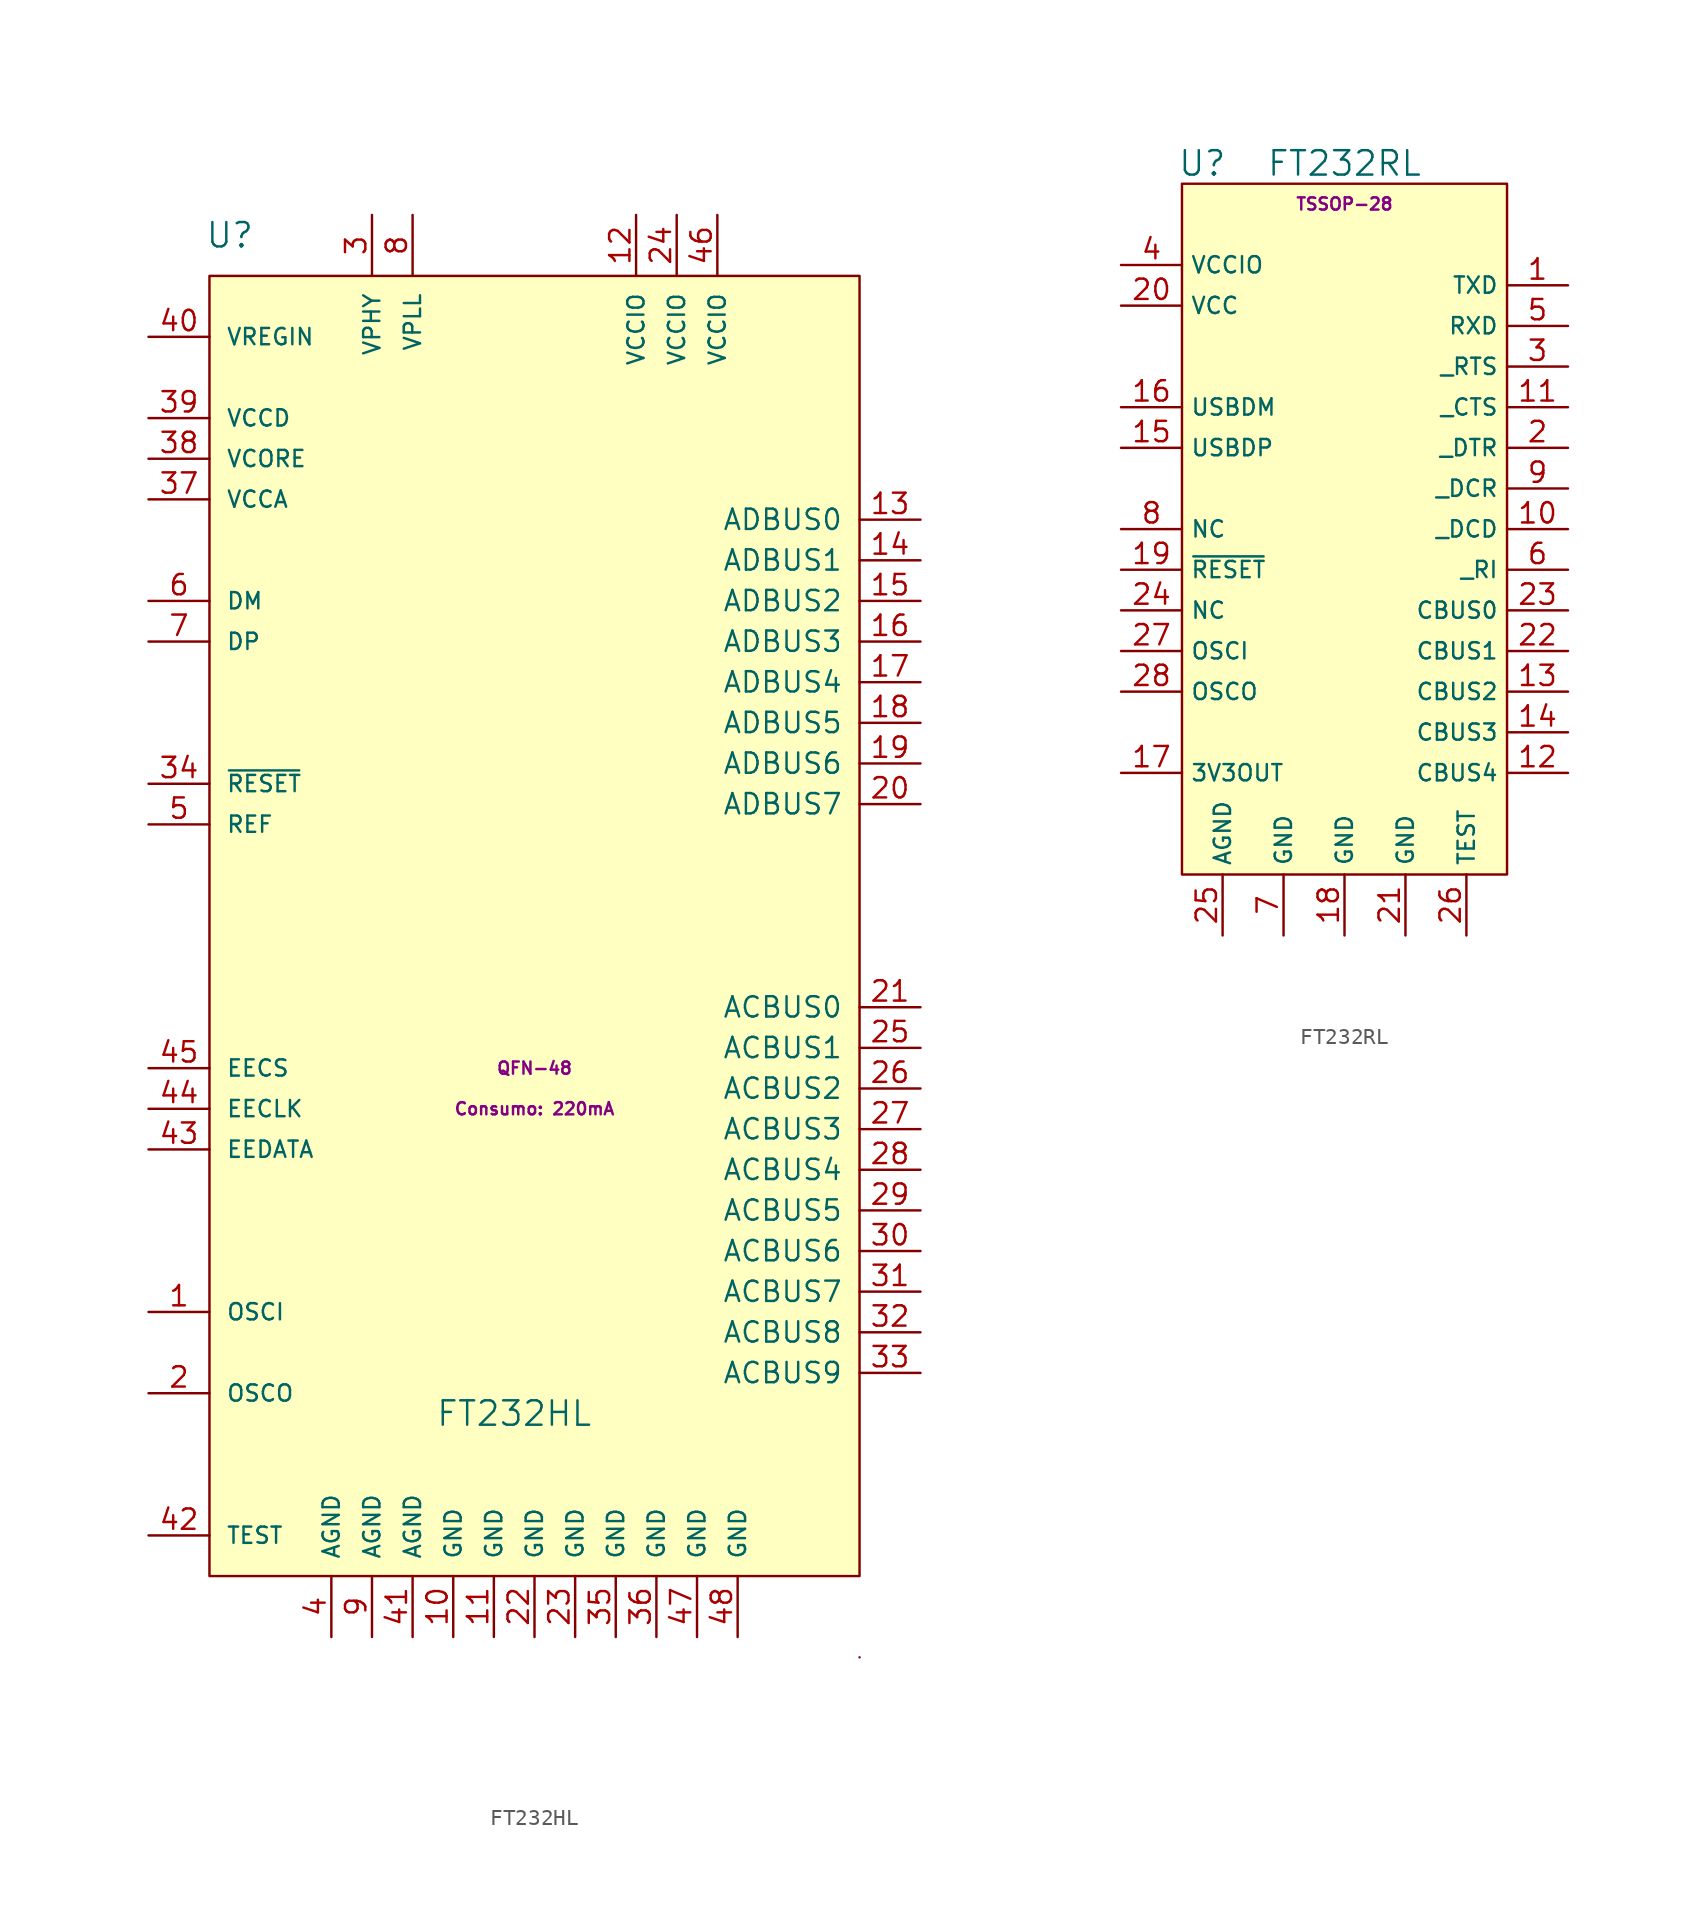
<source format=kicad_sym>
(kicad_symbol_lib
  (version 20220914)
  (generator kicad_symbol_editor)
  (symbol "FT232HL"
    (pin_names
      (offset 1.016))
    (property "Reference" "U"
      (at -19.05 43.18 0)
      (effects (font (size 1.524 1.524))))
    (property "Value" "FT232HL"
      (at -1.27 -30.48 0)
      (effects (font (size 1.524 1.524))))
    (property "Footprint" "QFN-48"
      (at 0 -8.89 0)
      (effects (font (size 0.762 0.762))))
    (property "Datasheet" ""
      (at 0 0 0)
      (effects (font (size 1.524 1.524))))
    (property "Field4" "Consumo: 220mA"
      (at 0 -11.43 0)
      (effects (font (size 0.762 0.762))))
    (symbol "FT232HL_0_1"
      (rectangle (start -20.32 40.64) (end 20.32 -40.64) (stroke (width 0) (type default)) (fill (type background)))
      (rectangle (start 20.32 -45.72) (end 20.32 -45.72) (stroke (width 0) (type default)) (fill (type none))))
    (symbol "FT232HL_1_1"
      (pin input line (at -24.13 -24.13 0) (length 3.81) (name "OSCI" (effects (font (size 1.016 1.016)))) (number "1" (effects (font (size 1.27 1.27)))))
      (pin input line (at -5.08 -44.45 90) (length 3.81) (name "GND" (effects (font (size 1.016 1.016)))) (number "10" (effects (font (size 1.27 1.27)))))
      (pin input line (at -2.54 -44.45 90) (length 3.81) (name "GND" (effects (font (size 1.016 1.016)))) (number "11" (effects (font (size 1.27 1.27)))))
      (pin input line (at 6.35 44.45 270) (length 3.81) (name "VCCIO" (effects (font (size 1.016 1.016)))) (number "12" (effects (font (size 1.27 1.27)))))
      (pin input line (at 24.13 25.4 180) (length 3.81) (name "ADBUS0" (effects (font (size 1.27 1.27)))) (number "13" (effects (font (size 1.27 1.27)))))
      (pin input line (at 24.13 22.86 180) (length 3.81) (name "ADBUS1" (effects (font (size 1.27 1.27)))) (number "14" (effects (font (size 1.27 1.27)))))
      (pin input line (at 24.13 20.32 180) (length 3.81) (name "ADBUS2" (effects (font (size 1.27 1.27)))) (number "15" (effects (font (size 1.27 1.27)))))
      (pin input line (at 24.13 17.78 180) (length 3.81) (name "ADBUS3" (effects (font (size 1.27 1.27)))) (number "16" (effects (font (size 1.27 1.27)))))
      (pin input line (at 24.13 15.24 180) (length 3.81) (name "ADBUS4" (effects (font (size 1.27 1.27)))) (number "17" (effects (font (size 1.27 1.27)))))
      (pin input line (at 24.13 12.7 180) (length 3.81) (name "ADBUS5" (effects (font (size 1.27 1.27)))) (number "18" (effects (font (size 1.27 1.27)))))
      (pin input line (at 24.13 10.16 180) (length 3.81) (name "ADBUS6" (effects (font (size 1.27 1.27)))) (number "19" (effects (font (size 1.27 1.27)))))
      (pin input line (at -24.13 -29.21 0) (length 3.81) (name "OSCO" (effects (font (size 1.016 1.016)))) (number "2" (effects (font (size 1.27 1.27)))))
      (pin input line (at 24.13 7.62 180) (length 3.81) (name "ADBUS7" (effects (font (size 1.27 1.27)))) (number "20" (effects (font (size 1.27 1.27)))))
      (pin input line (at 24.13 -5.08 180) (length 3.81) (name "ACBUS0" (effects (font (size 1.27 1.27)))) (number "21" (effects (font (size 1.27 1.27)))))
      (pin input line (at 0 -44.45 90) (length 3.81) (name "GND" (effects (font (size 1.016 1.016)))) (number "22" (effects (font (size 1.27 1.27)))))
      (pin input line (at 2.54 -44.45 90) (length 3.81) (name "GND" (effects (font (size 1.016 1.016)))) (number "23" (effects (font (size 1.27 1.27)))))
      (pin input line (at 8.89 44.45 270) (length 3.81) (name "VCCIO" (effects (font (size 1.016 1.016)))) (number "24" (effects (font (size 1.27 1.27)))))
      (pin input line (at 24.13 -7.62 180) (length 3.81) (name "ACBUS1" (effects (font (size 1.27 1.27)))) (number "25" (effects (font (size 1.27 1.27)))))
      (pin input line (at 24.13 -10.16 180) (length 3.81) (name "ACBUS2" (effects (font (size 1.27 1.27)))) (number "26" (effects (font (size 1.27 1.27)))))
      (pin input line (at 24.13 -12.7 180) (length 3.81) (name "ACBUS3" (effects (font (size 1.27 1.27)))) (number "27" (effects (font (size 1.27 1.27)))))
      (pin input line (at 24.13 -15.24 180) (length 3.81) (name "ACBUS4" (effects (font (size 1.27 1.27)))) (number "28" (effects (font (size 1.27 1.27)))))
      (pin input line (at 24.13 -17.78 180) (length 3.81) (name "ACBUS5" (effects (font (size 1.27 1.27)))) (number "29" (effects (font (size 1.27 1.27)))))
      (pin input line (at -10.16 44.45 270) (length 3.81) (name "VPHY" (effects (font (size 1.016 1.016)))) (number "3" (effects (font (size 1.27 1.27)))))
      (pin input line (at 24.13 -20.32 180) (length 3.81) (name "ACBUS6" (effects (font (size 1.27 1.27)))) (number "30" (effects (font (size 1.27 1.27)))))
      (pin input line (at 24.13 -22.86 180) (length 3.81) (name "ACBUS7" (effects (font (size 1.27 1.27)))) (number "31" (effects (font (size 1.27 1.27)))))
      (pin input line (at 24.13 -25.4 180) (length 3.81) (name "ACBUS8" (effects (font (size 1.27 1.27)))) (number "32" (effects (font (size 1.27 1.27)))))
      (pin input line (at 24.13 -27.94 180) (length 3.81) (name "ACBUS9" (effects (font (size 1.27 1.27)))) (number "33" (effects (font (size 1.27 1.27)))))
      (pin input line (at -24.13 8.89 0) (length 3.81) (name "~{RESET}" (effects (font (size 1.016 1.016)))) (number "34" (effects (font (size 1.27 1.27)))))
      (pin input line (at 5.08 -44.45 90) (length 3.81) (name "GND" (effects (font (size 1.016 1.016)))) (number "35" (effects (font (size 1.27 1.27)))))
      (pin input line (at 7.62 -44.45 90) (length 3.81) (name "GND" (effects (font (size 1.016 1.016)))) (number "36" (effects (font (size 1.27 1.27)))))
      (pin input line (at -24.13 26.67 0) (length 3.81) (name "VCCA" (effects (font (size 1.016 1.016)))) (number "37" (effects (font (size 1.27 1.27)))))
      (pin input line (at -24.13 29.21 0) (length 3.81) (name "VCORE" (effects (font (size 1.016 1.016)))) (number "38" (effects (font (size 1.27 1.27)))))
      (pin input line (at -24.13 31.75 0) (length 3.81) (name "VCCD" (effects (font (size 1.016 1.016)))) (number "39" (effects (font (size 1.27 1.27)))))
      (pin input line (at -12.7 -44.45 90) (length 3.81) (name "AGND" (effects (font (size 1.016 1.016)))) (number "4" (effects (font (size 1.27 1.27)))))
      (pin input line (at -24.13 36.83 0) (length 3.81) (name "VREGIN" (effects (font (size 1.016 1.016)))) (number "40" (effects (font (size 1.27 1.27)))))
      (pin input line (at -7.62 -44.45 90) (length 3.81) (name "AGND" (effects (font (size 1.016 1.016)))) (number "41" (effects (font (size 1.27 1.27)))))
      (pin input line (at -24.13 -38.1 0) (length 3.81) (name "TEST" (effects (font (size 1.016 1.016)))) (number "42" (effects (font (size 1.27 1.27)))))
      (pin input line (at -24.13 -13.97 0) (length 3.81) (name "EEDATA" (effects (font (size 1.016 1.016)))) (number "43" (effects (font (size 1.27 1.27)))))
      (pin input line (at -24.13 -11.43 0) (length 3.81) (name "EECLK" (effects (font (size 1.016 1.016)))) (number "44" (effects (font (size 1.27 1.27)))))
      (pin input line (at -24.13 -8.89 0) (length 3.81) (name "EECS" (effects (font (size 1.016 1.016)))) (number "45" (effects (font (size 1.27 1.27)))))
      (pin input line (at 11.43 44.45 270) (length 3.81) (name "VCCIO" (effects (font (size 1.016 1.016)))) (number "46" (effects (font (size 1.27 1.27)))))
      (pin input line (at 10.16 -44.45 90) (length 3.81) (name "GND" (effects (font (size 1.016 1.016)))) (number "47" (effects (font (size 1.27 1.27)))))
      (pin input line (at 12.7 -44.45 90) (length 3.81) (name "GND" (effects (font (size 1.016 1.016)))) (number "48" (effects (font (size 1.27 1.27)))))
      (pin input line (at -24.13 6.35 0) (length 3.81) (name "REF" (effects (font (size 1.016 1.016)))) (number "5" (effects (font (size 1.27 1.27)))))
      (pin input line (at -24.13 20.32 0) (length 3.81) (name "DM" (effects (font (size 1.016 1.016)))) (number "6" (effects (font (size 1.27 1.27)))))
      (pin input line (at -24.13 17.78 0) (length 3.81) (name "DP" (effects (font (size 1.016 1.016)))) (number "7" (effects (font (size 1.27 1.27)))))
      (pin input line (at -7.62 44.45 270) (length 3.81) (name "VPLL" (effects (font (size 1.016 1.016)))) (number "8" (effects (font (size 1.27 1.27)))))
      (pin input line (at -10.16 -44.45 90) (length 3.81) (name "AGND" (effects (font (size 1.016 1.016)))) (number "9" (effects (font (size 1.27 1.27)))))))
  (symbol "FT232RL"
    (property "Reference" "U"
      (at -8.89 22.86 0)
      (effects (font (size 1.524 1.524))))
    (property "Value" "FT232RL"
      (at 0 22.86 0)
      (effects (font (size 1.524 1.524))))
    (property "Footprint" "TSSOP-28"
      (at 0 20.32 0)
      (effects (font (size 0.762 0.762))))
    (property "Datasheet" ""
      (at 0 0 0)
      (effects (font (size 1.524 1.524))))
    (symbol "FT232RL_0_1"
      (rectangle (start -10.16 21.59) (end 10.16 -21.59) (stroke (width 0) (type default)) (fill (type background))))
    (symbol "FT232RL_1_1"
      (pin output line (at 13.97 15.24 180) (length 3.81) (name "TXD" (effects (font (size 1.016 1.016)))) (number "1" (effects (font (size 1.27 1.27)))))
      (pin output line (at 13.97 0 180) (length 3.81) (name "_DCD" (effects (font (size 1.016 1.016)))) (number "10" (effects (font (size 1.27 1.27)))))
      (pin output line (at 13.97 7.62 180) (length 3.81) (name "_CTS" (effects (font (size 1.016 1.016)))) (number "11" (effects (font (size 1.27 1.27)))))
      (pin output line (at 13.97 -15.24 180) (length 3.81) (name "CBUS4" (effects (font (size 1.016 1.016)))) (number "12" (effects (font (size 1.27 1.27)))))
      (pin output line (at 13.97 -10.16 180) (length 3.81) (name "CBUS2" (effects (font (size 1.016 1.016)))) (number "13" (effects (font (size 1.27 1.27)))))
      (pin output line (at 13.97 -12.7 180) (length 3.81) (name "CBUS3" (effects (font (size 1.016 1.016)))) (number "14" (effects (font (size 1.27 1.27)))))
      (pin input line (at -13.97 5.08 0) (length 3.81) (name "USBDP" (effects (font (size 1.016 1.016)))) (number "15" (effects (font (size 1.27 1.27)))))
      (pin input line (at -13.97 7.62 0) (length 3.81) (name "USBDM" (effects (font (size 1.016 1.016)))) (number "16" (effects (font (size 1.27 1.27)))))
      (pin input line (at -13.97 -15.24 0) (length 3.81) (name "3V3OUT" (effects (font (size 1.016 1.016)))) (number "17" (effects (font (size 1.27 1.27)))))
      (pin power_in line (at 0 -25.4 90) (length 3.81) (name "GND" (effects (font (size 1.016 1.016)))) (number "18" (effects (font (size 1.27 1.27)))))
      (pin input line (at -13.97 -2.54 0) (length 3.81) (name "~{RESET}" (effects (font (size 1.016 1.016)))) (number "19" (effects (font (size 1.27 1.27)))))
      (pin output line (at 13.97 5.08 180) (length 3.81) (name "_DTR" (effects (font (size 1.016 1.016)))) (number "2" (effects (font (size 1.27 1.27)))))
      (pin power_in line (at -13.97 13.97 0) (length 3.81) (name "VCC" (effects (font (size 1.016 1.016)))) (number "20" (effects (font (size 1.27 1.27)))))
      (pin power_in line (at 3.81 -25.4 90) (length 3.81) (name "GND" (effects (font (size 1.016 1.016)))) (number "21" (effects (font (size 1.27 1.27)))))
      (pin output line (at 13.97 -7.62 180) (length 3.81) (name "CBUS1" (effects (font (size 1.016 1.016)))) (number "22" (effects (font (size 1.27 1.27)))))
      (pin output line (at 13.97 -5.08 180) (length 3.81) (name "CBUS0" (effects (font (size 1.016 1.016)))) (number "23" (effects (font (size 1.27 1.27)))))
      (pin input line (at -13.97 -5.08 0) (length 3.81) (name "NC" (effects (font (size 1.016 1.016)))) (number "24" (effects (font (size 1.27 1.27)))))
      (pin power_in line (at -7.62 -25.4 90) (length 3.81) (name "AGND" (effects (font (size 1.016 1.016)))) (number "25" (effects (font (size 1.27 1.27)))))
      (pin power_in line (at 7.62 -25.4 90) (length 3.81) (name "TEST" (effects (font (size 1.016 1.016)))) (number "26" (effects (font (size 1.27 1.27)))))
      (pin input line (at -13.97 -7.62 0) (length 3.81) (name "OSCI" (effects (font (size 1.016 1.016)))) (number "27" (effects (font (size 1.27 1.27)))))
      (pin input line (at -13.97 -10.16 0) (length 3.81) (name "OSCO" (effects (font (size 1.016 1.016)))) (number "28" (effects (font (size 1.27 1.27)))))
      (pin output line (at 13.97 10.16 180) (length 3.81) (name "_RTS" (effects (font (size 1.016 1.016)))) (number "3" (effects (font (size 1.27 1.27)))))
      (pin power_in line (at -13.97 16.51 0) (length 3.81) (name "VCCIO" (effects (font (size 1.016 1.016)))) (number "4" (effects (font (size 1.27 1.27)))))
      (pin output line (at 13.97 12.7 180) (length 3.81) (name "RXD" (effects (font (size 1.016 1.016)))) (number "5" (effects (font (size 1.27 1.27)))))
      (pin output line (at 13.97 -2.54 180) (length 3.81) (name "_RI" (effects (font (size 1.016 1.016)))) (number "6" (effects (font (size 1.27 1.27)))))
      (pin power_in line (at -3.81 -25.4 90) (length 3.81) (name "GND" (effects (font (size 1.016 1.016)))) (number "7" (effects (font (size 1.27 1.27)))))
      (pin input line (at -13.97 0 0) (length 3.81) (name "NC" (effects (font (size 1.016 1.016)))) (number "8" (effects (font (size 1.27 1.27)))))
      (pin output line (at 13.97 2.54 180) (length 3.81) (name "_DCR" (effects (font (size 1.016 1.016)))) (number "9" (effects (font (size 1.27 1.27))))))))
</source>
